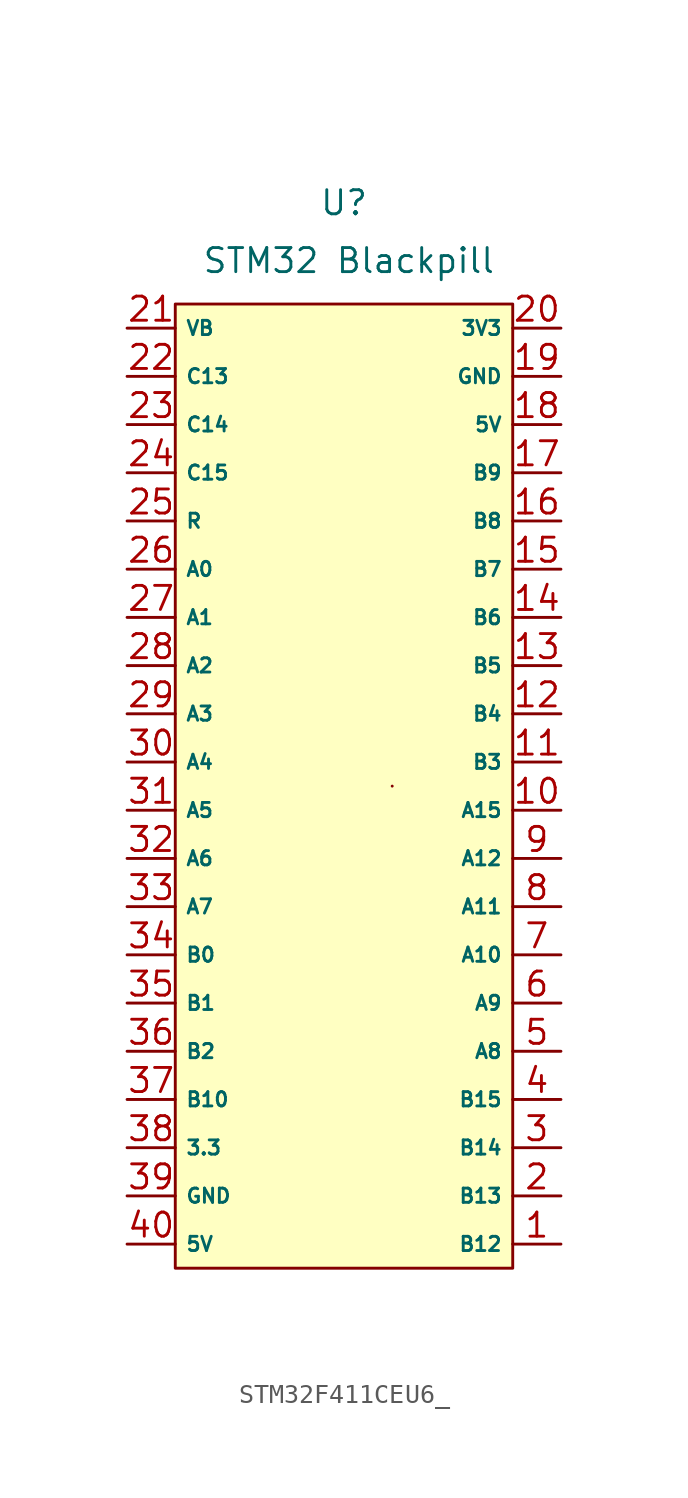
<source format=kicad_sym>
(kicad_symbol_lib
  (version 20231120)
  (generator "kicad_symbol_editor")
  (generator_version "8.0")
  (symbol "STM32F411CEU6_"
    (property "Reference" "U"
      (at -3.81 26.924 0)
      (effects (font (size 1.27 1.27))))
    (property "Value" "STM32 Blackpill"
      (at -3.556 23.876 0)
      (effects (font (size 1.27 1.27))))
    (symbol "STM32F411CEU6__0_1"
      (rectangle (start -1.27 -3.81) (end -1.27 -3.81) (stroke (width 0) (type default)) (fill (type none))))
    (symbol "STM32F411CEU6__1_1"
      (rectangle (start -12.7 21.59) (end 5.08 -29.21) (stroke (width 0) (type default)) (fill (type background)))
      (pin bidirectional line (at 7.62 -27.94 180) (length 2.54) (name "B12" (effects (font (size 0.75 0.75)))) (number "1" (effects (font (size 1.27 1.27)))))
      (pin bidirectional line (at 7.62 -5.08 180) (length 2.54) (name "A15" (effects (font (size 0.75 0.75)))) (number "10" (effects (font (size 1.27 1.27)))))
      (pin bidirectional line (at 7.62 -2.54 180) (length 2.54) (name "B3" (effects (font (size 0.75 0.75)))) (number "11" (effects (font (size 1.27 1.27)))))
      (pin bidirectional line (at 7.62 0 180) (length 2.54) (name "B4" (effects (font (size 0.75 0.75)))) (number "12" (effects (font (size 1.27 1.27)))))
      (pin bidirectional line (at 7.62 2.54 180) (length 2.54) (name "B5" (effects (font (size 0.75 0.75)))) (number "13" (effects (font (size 1.27 1.27)))))
      (pin bidirectional line (at 7.62 5.08 180) (length 2.54) (name "B6" (effects (font (size 0.75 0.75)))) (number "14" (effects (font (size 1.27 1.27)))))
      (pin bidirectional line (at 7.62 7.62 180) (length 2.54) (name "B7" (effects (font (size 0.75 0.75)))) (number "15" (effects (font (size 1.27 1.27)))))
      (pin bidirectional line (at 7.62 10.16 180) (length 2.54) (name "B8" (effects (font (size 0.75 0.75)))) (number "16" (effects (font (size 1.27 1.27)))))
      (pin bidirectional line (at 7.62 12.7 180) (length 2.54) (name "B9" (effects (font (size 0.75 0.75)))) (number "17" (effects (font (size 1.27 1.27)))))
      (pin bidirectional line (at 7.62 15.24 180) (length 2.54) (name "5V" (effects (font (size 0.75 0.75)))) (number "18" (effects (font (size 1.27 1.27)))))
      (pin bidirectional line (at 7.62 17.78 180) (length 2.54) (name "GND" (effects (font (size 0.75 0.75)))) (number "19" (effects (font (size 1.27 1.27)))))
      (pin bidirectional line (at 7.62 -25.4 180) (length 2.54) (name "B13" (effects (font (size 0.75 0.75)))) (number "2" (effects (font (size 1.27 1.27)))))
      (pin bidirectional line (at 7.62 20.32 180) (length 2.54) (name "3V3" (effects (font (size 0.75 0.75)))) (number "20" (effects (font (size 1.27 1.27)))))
      (pin bidirectional line (at -15.24 20.32 0) (length 2.54) (name "VB" (effects (font (size 0.75 0.75)))) (number "21" (effects (font (size 1.27 1.27)))))
      (pin bidirectional line (at -15.24 17.78 0) (length 2.54) (name "C13" (effects (font (size 0.75 0.75)))) (number "22" (effects (font (size 1.27 1.27)))))
      (pin bidirectional line (at -15.24 15.24 0) (length 2.54) (name "C14" (effects (font (size 0.75 0.75)))) (number "23" (effects (font (size 1.27 1.27)))))
      (pin bidirectional line (at -15.24 12.7 0) (length 2.54) (name "C15" (effects (font (size 0.75 0.75)))) (number "24" (effects (font (size 1.27 1.27)))))
      (pin bidirectional line (at -15.24 10.16 0) (length 2.54) (name "R" (effects (font (size 0.75 0.75)))) (number "25" (effects (font (size 1.27 1.27)))))
      (pin bidirectional line (at -15.24 7.62 0) (length 2.54) (name "A0" (effects (font (size 0.75 0.75)))) (number "26" (effects (font (size 1.27 1.27)))))
      (pin bidirectional line (at -15.24 5.08 0) (length 2.54) (name "A1" (effects (font (size 0.75 0.75)))) (number "27" (effects (font (size 1.27 1.27)))))
      (pin bidirectional line (at -15.24 2.54 0) (length 2.54) (name "A2" (effects (font (size 0.75 0.75)))) (number "28" (effects (font (size 1.27 1.27)))))
      (pin bidirectional line (at -15.24 0 0) (length 2.54) (name "A3" (effects (font (size 0.75 0.75)))) (number "29" (effects (font (size 1.27 1.27)))))
      (pin bidirectional line (at 7.62 -22.86 180) (length 2.54) (name "B14" (effects (font (size 0.75 0.75)))) (number "3" (effects (font (size 1.27 1.27)))))
      (pin bidirectional line (at -15.24 -2.54 0) (length 2.54) (name "A4" (effects (font (size 0.75 0.75)))) (number "30" (effects (font (size 1.27 1.27)))))
      (pin bidirectional line (at -15.24 -5.08 0) (length 2.54) (name "A5" (effects (font (size 0.75 0.75)))) (number "31" (effects (font (size 1.27 1.27)))))
      (pin bidirectional line (at -15.24 -7.62 0) (length 2.54) (name "A6" (effects (font (size 0.75 0.75)))) (number "32" (effects (font (size 1.27 1.27)))))
      (pin bidirectional line (at -15.24 -10.16 0) (length 2.54) (name "A7" (effects (font (size 0.75 0.75)))) (number "33" (effects (font (size 1.27 1.27)))))
      (pin bidirectional line (at -15.24 -12.7 0) (length 2.54) (name "B0" (effects (font (size 0.75 0.75)))) (number "34" (effects (font (size 1.27 1.27)))))
      (pin bidirectional line (at -15.24 -15.24 0) (length 2.54) (name "B1" (effects (font (size 0.75 0.75)))) (number "35" (effects (font (size 1.27 1.27)))))
      (pin bidirectional line (at -15.24 -17.78 0) (length 2.54) (name "B2" (effects (font (size 0.75 0.75)))) (number "36" (effects (font (size 1.27 1.27)))))
      (pin bidirectional line (at -15.24 -20.32 0) (length 2.54) (name "B10" (effects (font (size 0.75 0.75)))) (number "37" (effects (font (size 1.27 1.27)))))
      (pin bidirectional line (at -15.24 -22.86 0) (length 2.54) (name "3.3" (effects (font (size 0.75 0.75)))) (number "38" (effects (font (size 1.27 1.27)))))
      (pin bidirectional line (at -15.24 -25.4 0) (length 2.54) (name "GND" (effects (font (size 0.75 0.75)))) (number "39" (effects (font (size 1.27 1.27)))))
      (pin bidirectional line (at 7.62 -20.32 180) (length 2.54) (name "B15" (effects (font (size 0.75 0.75)))) (number "4" (effects (font (size 1.27 1.27)))))
      (pin bidirectional line (at -15.24 -27.94 0) (length 2.54) (name "5V" (effects (font (size 0.75 0.75)))) (number "40" (effects (font (size 1.27 1.27)))))
      (pin bidirectional line (at 7.62 -17.78 180) (length 2.54) (name "A8" (effects (font (size 0.75 0.75)))) (number "5" (effects (font (size 1.27 1.27)))))
      (pin bidirectional line (at 7.62 -15.24 180) (length 2.54) (name "A9" (effects (font (size 0.75 0.75)))) (number "6" (effects (font (size 1.27 1.27)))))
      (pin bidirectional line (at 7.62 -12.7 180) (length 2.54) (name "A10" (effects (font (size 0.75 0.75)))) (number "7" (effects (font (size 1.27 1.27)))))
      (pin bidirectional line (at 7.62 -10.16 180) (length 2.54) (name "A11" (effects (font (size 0.75 0.75)))) (number "8" (effects (font (size 1.27 1.27)))))
      (pin bidirectional line (at 7.62 -7.62 180) (length 2.54) (name "A12" (effects (font (size 0.75 0.75)))) (number "9" (effects (font (size 1.27 1.27))))))))
</source>
